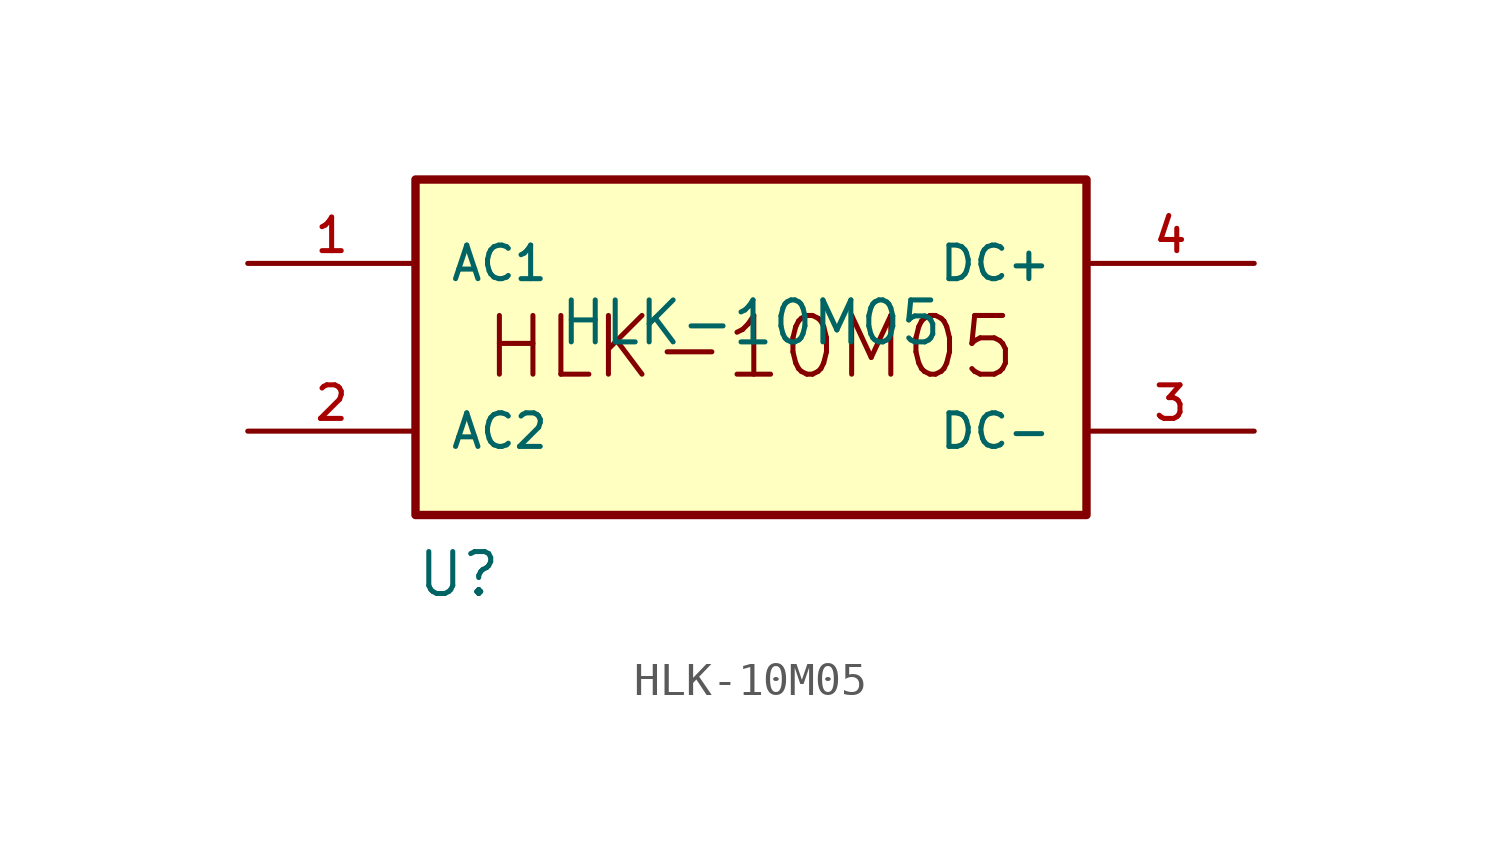
<source format=kicad_sym>
(kicad_symbol_lib
  (version 20211014)
  (generator kicad_symbol_editor)
  (symbol "HLK-10M05"
    (pin_names
      (offset 1.016))
    (property "Reference" "U"
      (at -10.16 -7.62 0)
      (effects (font (size 1.27 1.27)) (justify bottom left)))
    (property "Value" "HLK-10M05"
      (at 0 0.0 0)
      (effects (font (size 1.27 1.27)) (justify bottom)))
    (symbol "HLK-10M05_0_0"
      (text "HLK-10M05" (at 0.0 0.0 0) (effects (font (size 1.778 1.778))))
      (rectangle (start -10.16 -5.08) (end 10.16 5.08) (stroke (width 0.254)) (fill (type background)))
      (pin power_in line (at -15.24 2.54 0) (length 5.08) (name "AC1" (effects (font (size 1.016 1.016)))) (number "1" (effects (font (size 1.016 1.016)))))
      (pin power_in line (at -15.24 -2.54 0) (length 5.08) (name "AC2" (effects (font (size 1.016 1.016)))) (number "2" (effects (font (size 1.016 1.016)))))
      (pin power_in line (at 15.24 2.54 180.0) (length 5.08) (name "DC+" (effects (font (size 1.016 1.016)))) (number "4" (effects (font (size 1.016 1.016)))))
      (pin power_in line (at 15.24 -2.54 180.0) (length 5.08) (name "DC-" (effects (font (size 1.016 1.016)))) (number "3" (effects (font (size 1.016 1.016))))))))
</source>
